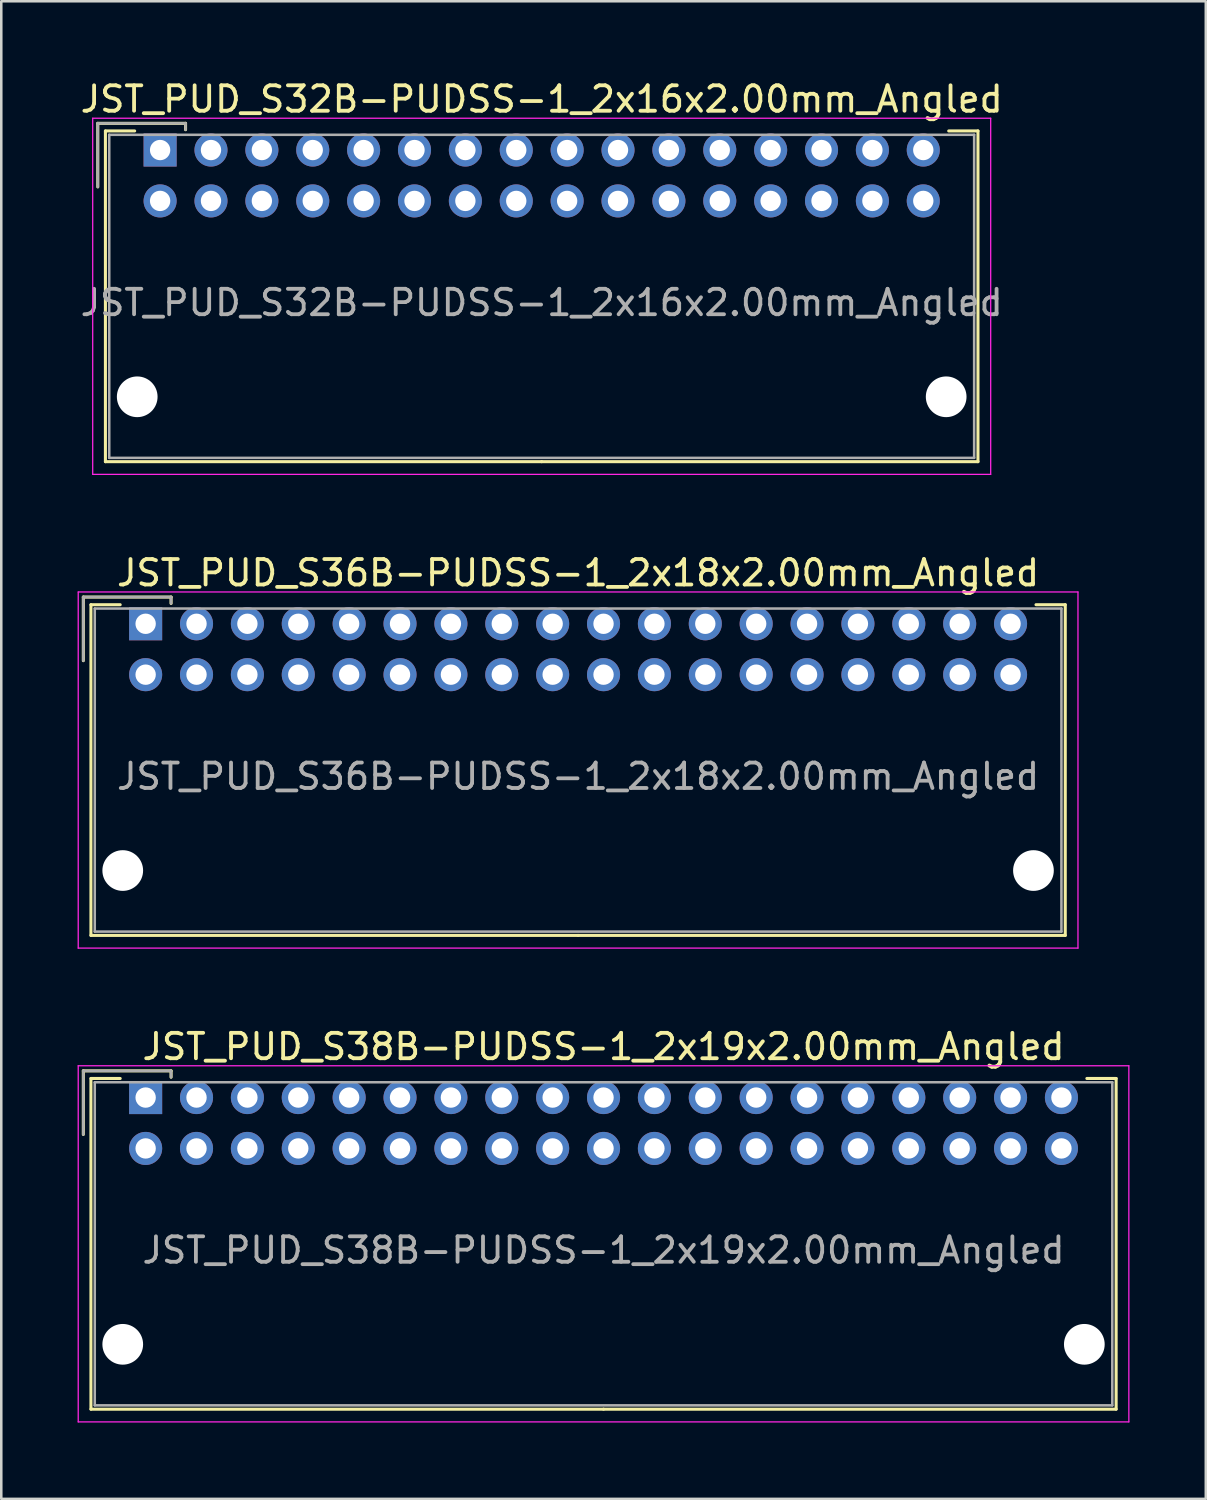
<source format=kicad_pcb>
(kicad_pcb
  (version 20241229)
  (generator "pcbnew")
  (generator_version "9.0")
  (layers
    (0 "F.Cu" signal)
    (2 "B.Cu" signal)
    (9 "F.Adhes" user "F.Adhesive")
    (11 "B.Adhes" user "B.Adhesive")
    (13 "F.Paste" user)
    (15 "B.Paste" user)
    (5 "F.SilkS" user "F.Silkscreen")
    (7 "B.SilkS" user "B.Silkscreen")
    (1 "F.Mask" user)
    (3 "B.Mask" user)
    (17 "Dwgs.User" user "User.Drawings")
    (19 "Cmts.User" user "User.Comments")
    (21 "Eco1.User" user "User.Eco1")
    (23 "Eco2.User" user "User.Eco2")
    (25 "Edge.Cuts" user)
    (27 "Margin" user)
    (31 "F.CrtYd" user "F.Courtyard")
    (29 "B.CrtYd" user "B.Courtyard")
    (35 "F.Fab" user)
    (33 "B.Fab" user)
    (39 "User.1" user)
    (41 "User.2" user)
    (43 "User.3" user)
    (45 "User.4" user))
  (footprint "JST_PUD_S38B-PUDSS-1_2x19x2.00mm_Angled"
    (layer "F.Cu")
    (at 2.675 40.095)
    (property "Reference" "JST_PUD_S38B-PUDSS-1_2x19x2.00mm_Angled" (at 18 -2 0) (layer "F.SilkS") (effects (font (size 1 1) (thickness 0.15))))
    (attr through_hole)
    (fp_line (start -2.45 -1.05) (end -2.45 1.45) (stroke (width 0.12) (type solid)) (layer "F.SilkS"))
    (fp_line (start -2.15 -0.75) (end -2.15 12.25) (stroke (width 0.12) (type solid)) (layer "F.SilkS"))
    (fp_line (start -2.15 12.25) (end 18 12.25) (stroke (width 0.12) (type solid)) (layer "F.SilkS"))
    (fp_line (start -1 -0.75) (end -2.15 -0.75) (stroke (width 0.12) (type solid)) (layer "F.SilkS"))
    (fp_line (start 1 -1.05) (end -2.45 -1.05) (stroke (width 0.12) (type solid)) (layer "F.SilkS"))
    (fp_line (start 1 -0.8) (end 1 -1.05) (stroke (width 0.12) (type solid)) (layer "F.SilkS"))
    (fp_line (start 37 -0.75) (end 38.15 -0.75) (stroke (width 0.12) (type solid)) (layer "F.SilkS"))
    (fp_line (start 38.15 -0.75) (end 38.15 12.25) (stroke (width 0.12) (type solid)) (layer "F.SilkS"))
    (fp_line (start 38.15 12.25) (end 18 12.25) (stroke (width 0.12) (type solid)) (layer "F.SilkS"))
    (fp_line (start -2.65 -1.25) (end -2.65 12.75) (stroke (width 0.05) (type solid)) (layer "F.CrtYd"))
    (fp_line (start -2.65 12.75) (end 38.65 12.75) (stroke (width 0.05) (type solid)) (layer "F.CrtYd"))
    (fp_line (start 38.65 -1.25) (end -2.65 -1.25) (stroke (width 0.05) (type solid)) (layer "F.CrtYd"))
    (fp_line (start 38.65 12.75) (end 38.65 -1.25) (stroke (width 0.05) (type solid)) (layer "F.CrtYd"))
    (fp_line (start -2.45 -1.05) (end -2.45 1.45) (stroke (width 0.1) (type solid)) (layer "F.Fab"))
    (fp_line (start -2 -0.6) (end -2 12.1) (stroke (width 0.1) (type solid)) (layer "F.Fab"))
    (fp_line (start -2 12.1) (end 38 12.1) (stroke (width 0.1) (type solid)) (layer "F.Fab"))
    (fp_line (start 1 -1.05) (end -2.45 -1.05) (stroke (width 0.1) (type solid)) (layer "F.Fab"))
    (fp_line (start 1 -0.8) (end 1 -1.05) (stroke (width 0.1) (type solid)) (layer "F.Fab"))
    (fp_line (start 38 -0.6) (end -2 -0.6) (stroke (width 0.1) (type solid)) (layer "F.Fab"))
    (fp_line (start 38 12.1) (end 38 -0.6) (stroke (width 0.1) (type solid)) (layer "F.Fab"))
    (fp_text user "${REFERENCE}" (at 18 6 0) (layer "F.Fab") (effects (font (size 1 1) (thickness 0.15))))
    (pad "" np_thru_hole circle (at -0.9 9.7) (size 1.6 1.6) (drill 1.6) (layers "*.Cu"))
    (pad "" np_thru_hole circle (at 36.9 9.7) (size 1.6 1.6) (drill 1.6) (layers "*.Cu"))
    (pad "1" thru_hole rect (at 0 0) (size 1.3 1.3) (drill 0.8) (layers "*.Cu" "*.Mask"))
    (pad "2" thru_hole circle (at 0 2) (size 1.3 1.3) (drill 0.8) (layers "*.Cu" "*.Mask"))
    (pad "3" thru_hole circle (at 2 0) (size 1.3 1.3) (drill 0.8) (layers "*.Cu" "*.Mask"))
    (pad "4" thru_hole circle (at 2 2) (size 1.3 1.3) (drill 0.8) (layers "*.Cu" "*.Mask"))
    (pad "5" thru_hole circle (at 4 0) (size 1.3 1.3) (drill 0.8) (layers "*.Cu" "*.Mask"))
    (pad "6" thru_hole circle (at 4 2) (size 1.3 1.3) (drill 0.8) (layers "*.Cu" "*.Mask"))
    (pad "7" thru_hole circle (at 6 0) (size 1.3 1.3) (drill 0.8) (layers "*.Cu" "*.Mask"))
    (pad "8" thru_hole circle (at 6 2) (size 1.3 1.3) (drill 0.8) (layers "*.Cu" "*.Mask"))
    (pad "9" thru_hole circle (at 8 0) (size 1.3 1.3) (drill 0.8) (layers "*.Cu" "*.Mask"))
    (pad "10" thru_hole circle (at 8 2) (size 1.3 1.3) (drill 0.8) (layers "*.Cu" "*.Mask"))
    (pad "11" thru_hole circle (at 10 0) (size 1.3 1.3) (drill 0.8) (layers "*.Cu" "*.Mask"))
    (pad "12" thru_hole circle (at 10 2) (size 1.3 1.3) (drill 0.8) (layers "*.Cu" "*.Mask"))
    (pad "13" thru_hole circle (at 12 0) (size 1.3 1.3) (drill 0.8) (layers "*.Cu" "*.Mask"))
    (pad "14" thru_hole circle (at 12 2) (size 1.3 1.3) (drill 0.8) (layers "*.Cu" "*.Mask"))
    (pad "15" thru_hole circle (at 14 0) (size 1.3 1.3) (drill 0.8) (layers "*.Cu" "*.Mask"))
    (pad "16" thru_hole circle (at 14 2) (size 1.3 1.3) (drill 0.8) (layers "*.Cu" "*.Mask"))
    (pad "17" thru_hole circle (at 16 0) (size 1.3 1.3) (drill 0.8) (layers "*.Cu" "*.Mask"))
    (pad "18" thru_hole circle (at 16 2) (size 1.3 1.3) (drill 0.8) (layers "*.Cu" "*.Mask"))
    (pad "19" thru_hole circle (at 18 0) (size 1.3 1.3) (drill 0.8) (layers "*.Cu" "*.Mask"))
    (pad "20" thru_hole circle (at 18 2) (size 1.3 1.3) (drill 0.8) (layers "*.Cu" "*.Mask"))
    (pad "21" thru_hole circle (at 20 0) (size 1.3 1.3) (drill 0.8) (layers "*.Cu" "*.Mask"))
    (pad "22" thru_hole circle (at 20 2) (size 1.3 1.3) (drill 0.8) (layers "*.Cu" "*.Mask"))
    (pad "23" thru_hole circle (at 22 0) (size 1.3 1.3) (drill 0.8) (layers "*.Cu" "*.Mask"))
    (pad "24" thru_hole circle (at 22 2) (size 1.3 1.3) (drill 0.8) (layers "*.Cu" "*.Mask"))
    (pad "25" thru_hole circle (at 24 0) (size 1.3 1.3) (drill 0.8) (layers "*.Cu" "*.Mask"))
    (pad "26" thru_hole circle (at 24 2) (size 1.3 1.3) (drill 0.8) (layers "*.Cu" "*.Mask"))
    (pad "27" thru_hole circle (at 26 0) (size 1.3 1.3) (drill 0.8) (layers "*.Cu" "*.Mask"))
    (pad "28" thru_hole circle (at 26 2) (size 1.3 1.3) (drill 0.8) (layers "*.Cu" "*.Mask"))
    (pad "29" thru_hole circle (at 28 0) (size 1.3 1.3) (drill 0.8) (layers "*.Cu" "*.Mask"))
    (pad "30" thru_hole circle (at 28 2) (size 1.3 1.3) (drill 0.8) (layers "*.Cu" "*.Mask"))
    (pad "31" thru_hole circle (at 30 0) (size 1.3 1.3) (drill 0.8) (layers "*.Cu" "*.Mask"))
    (pad "32" thru_hole circle (at 30 2) (size 1.3 1.3) (drill 0.8) (layers "*.Cu" "*.Mask"))
    (pad "33" thru_hole circle (at 32 0) (size 1.3 1.3) (drill 0.8) (layers "*.Cu" "*.Mask"))
    (pad "34" thru_hole circle (at 32 2) (size 1.3 1.3) (drill 0.8) (layers "*.Cu" "*.Mask"))
    (pad "35" thru_hole circle (at 34 0) (size 1.3 1.3) (drill 0.8) (layers "*.Cu" "*.Mask"))
    (pad "36" thru_hole circle (at 34 2) (size 1.3 1.3) (drill 0.8) (layers "*.Cu" "*.Mask"))
    (pad "37" thru_hole circle (at 36 0) (size 1.3 1.3) (drill 0.8) (layers "*.Cu" "*.Mask"))
    (pad "38" thru_hole circle (at 36 2) (size 1.3 1.3) (drill 0.8) (layers "*.Cu" "*.Mask")))
  (footprint "JST_PUD_S32B-PUDSS-1_2x16x2.00mm_Angled"
    (layer "F.Cu")
    (at 3.244 2.848)
    (property "Reference" "JST_PUD_S32B-PUDSS-1_2x16x2.00mm_Angled" (at 15 -2 0) (layer "F.SilkS") (effects (font (size 1 1) (thickness 0.15))))
    (attr through_hole)
    (fp_line (start -2.45 -1.05) (end -2.45 1.45) (stroke (width 0.12) (type solid)) (layer "F.SilkS"))
    (fp_line (start -2.15 -0.75) (end -2.15 12.25) (stroke (width 0.12) (type solid)) (layer "F.SilkS"))
    (fp_line (start -2.15 12.25) (end 15 12.25) (stroke (width 0.12) (type solid)) (layer "F.SilkS"))
    (fp_line (start -1 -0.75) (end -2.15 -0.75) (stroke (width 0.12) (type solid)) (layer "F.SilkS"))
    (fp_line (start 1 -1.05) (end -2.45 -1.05) (stroke (width 0.12) (type solid)) (layer "F.SilkS"))
    (fp_line (start 1 -0.8) (end 1 -1.05) (stroke (width 0.12) (type solid)) (layer "F.SilkS"))
    (fp_line (start 31 -0.75) (end 32.15 -0.75) (stroke (width 0.12) (type solid)) (layer "F.SilkS"))
    (fp_line (start 32.15 -0.75) (end 32.15 12.25) (stroke (width 0.12) (type solid)) (layer "F.SilkS"))
    (fp_line (start 32.15 12.25) (end 15 12.25) (stroke (width 0.12) (type solid)) (layer "F.SilkS"))
    (fp_line (start -2.65 -1.25) (end -2.65 12.75) (stroke (width 0.05) (type solid)) (layer "F.CrtYd"))
    (fp_line (start -2.65 12.75) (end 32.65 12.75) (stroke (width 0.05) (type solid)) (layer "F.CrtYd"))
    (fp_line (start 32.65 -1.25) (end -2.65 -1.25) (stroke (width 0.05) (type solid)) (layer "F.CrtYd"))
    (fp_line (start 32.65 12.75) (end 32.65 -1.25) (stroke (width 0.05) (type solid)) (layer "F.CrtYd"))
    (fp_line (start -2.45 -1.05) (end -2.45 1.45) (stroke (width 0.1) (type solid)) (layer "F.Fab"))
    (fp_line (start -2 -0.6) (end -2 12.1) (stroke (width 0.1) (type solid)) (layer "F.Fab"))
    (fp_line (start -2 12.1) (end 32 12.1) (stroke (width 0.1) (type solid)) (layer "F.Fab"))
    (fp_line (start 1 -1.05) (end -2.45 -1.05) (stroke (width 0.1) (type solid)) (layer "F.Fab"))
    (fp_line (start 1 -0.8) (end 1 -1.05) (stroke (width 0.1) (type solid)) (layer "F.Fab"))
    (fp_line (start 32 -0.6) (end -2 -0.6) (stroke (width 0.1) (type solid)) (layer "F.Fab"))
    (fp_line (start 32 12.1) (end 32 -0.6) (stroke (width 0.1) (type solid)) (layer "F.Fab"))
    (fp_text user "${REFERENCE}" (at 15 6 0) (layer "F.Fab") (effects (font (size 1 1) (thickness 0.15))))
    (pad "" np_thru_hole circle (at -0.9 9.7) (size 1.6 1.6) (drill 1.6) (layers "*.Cu"))
    (pad "" np_thru_hole circle (at 30.9 9.7) (size 1.6 1.6) (drill 1.6) (layers "*.Cu"))
    (pad "1" thru_hole rect (at 0 0) (size 1.3 1.3) (drill 0.8) (layers "*.Cu" "*.Mask"))
    (pad "2" thru_hole circle (at 0 2) (size 1.3 1.3) (drill 0.8) (layers "*.Cu" "*.Mask"))
    (pad "3" thru_hole circle (at 2 0) (size 1.3 1.3) (drill 0.8) (layers "*.Cu" "*.Mask"))
    (pad "4" thru_hole circle (at 2 2) (size 1.3 1.3) (drill 0.8) (layers "*.Cu" "*.Mask"))
    (pad "5" thru_hole circle (at 4 0) (size 1.3 1.3) (drill 0.8) (layers "*.Cu" "*.Mask"))
    (pad "6" thru_hole circle (at 4 2) (size 1.3 1.3) (drill 0.8) (layers "*.Cu" "*.Mask"))
    (pad "7" thru_hole circle (at 6 0) (size 1.3 1.3) (drill 0.8) (layers "*.Cu" "*.Mask"))
    (pad "8" thru_hole circle (at 6 2) (size 1.3 1.3) (drill 0.8) (layers "*.Cu" "*.Mask"))
    (pad "9" thru_hole circle (at 8 0) (size 1.3 1.3) (drill 0.8) (layers "*.Cu" "*.Mask"))
    (pad "10" thru_hole circle (at 8 2) (size 1.3 1.3) (drill 0.8) (layers "*.Cu" "*.Mask"))
    (pad "11" thru_hole circle (at 10 0) (size 1.3 1.3) (drill 0.8) (layers "*.Cu" "*.Mask"))
    (pad "12" thru_hole circle (at 10 2) (size 1.3 1.3) (drill 0.8) (layers "*.Cu" "*.Mask"))
    (pad "13" thru_hole circle (at 12 0) (size 1.3 1.3) (drill 0.8) (layers "*.Cu" "*.Mask"))
    (pad "14" thru_hole circle (at 12 2) (size 1.3 1.3) (drill 0.8) (layers "*.Cu" "*.Mask"))
    (pad "15" thru_hole circle (at 14 0) (size 1.3 1.3) (drill 0.8) (layers "*.Cu" "*.Mask"))
    (pad "16" thru_hole circle (at 14 2) (size 1.3 1.3) (drill 0.8) (layers "*.Cu" "*.Mask"))
    (pad "17" thru_hole circle (at 16 0) (size 1.3 1.3) (drill 0.8) (layers "*.Cu" "*.Mask"))
    (pad "18" thru_hole circle (at 16 2) (size 1.3 1.3) (drill 0.8) (layers "*.Cu" "*.Mask"))
    (pad "19" thru_hole circle (at 18 0) (size 1.3 1.3) (drill 0.8) (layers "*.Cu" "*.Mask"))
    (pad "20" thru_hole circle (at 18 2) (size 1.3 1.3) (drill 0.8) (layers "*.Cu" "*.Mask"))
    (pad "21" thru_hole circle (at 20 0) (size 1.3 1.3) (drill 0.8) (layers "*.Cu" "*.Mask"))
    (pad "22" thru_hole circle (at 20 2) (size 1.3 1.3) (drill 0.8) (layers "*.Cu" "*.Mask"))
    (pad "23" thru_hole circle (at 22 0) (size 1.3 1.3) (drill 0.8) (layers "*.Cu" "*.Mask"))
    (pad "24" thru_hole circle (at 22 2) (size 1.3 1.3) (drill 0.8) (layers "*.Cu" "*.Mask"))
    (pad "25" thru_hole circle (at 24 0) (size 1.3 1.3) (drill 0.8) (layers "*.Cu" "*.Mask"))
    (pad "26" thru_hole circle (at 24 2) (size 1.3 1.3) (drill 0.8) (layers "*.Cu" "*.Mask"))
    (pad "27" thru_hole circle (at 26 0) (size 1.3 1.3) (drill 0.8) (layers "*.Cu" "*.Mask"))
    (pad "28" thru_hole circle (at 26 2) (size 1.3 1.3) (drill 0.8) (layers "*.Cu" "*.Mask"))
    (pad "29" thru_hole circle (at 28 0) (size 1.3 1.3) (drill 0.8) (layers "*.Cu" "*.Mask"))
    (pad "30" thru_hole circle (at 28 2) (size 1.3 1.3) (drill 0.8) (layers "*.Cu" "*.Mask"))
    (pad "31" thru_hole circle (at 30 0) (size 1.3 1.3) (drill 0.8) (layers "*.Cu" "*.Mask"))
    (pad "32" thru_hole circle (at 30 2) (size 1.3 1.3) (drill 0.8) (layers "*.Cu" "*.Mask")))
  (footprint "JST_PUD_S36B-PUDSS-1_2x18x2.00mm_Angled"
    (layer "F.Cu")
    (at 2.675 21.471)
    (property "Reference" "JST_PUD_S36B-PUDSS-1_2x18x2.00mm_Angled" (at 17 -2 0) (layer "F.SilkS") (effects (font (size 1 1) (thickness 0.15))))
    (attr through_hole)
    (fp_line (start -2.45 -1.05) (end -2.45 1.45) (stroke (width 0.12) (type solid)) (layer "F.SilkS"))
    (fp_line (start -2.15 -0.75) (end -2.15 12.25) (stroke (width 0.12) (type solid)) (layer "F.SilkS"))
    (fp_line (start -2.15 12.25) (end 17 12.25) (stroke (width 0.12) (type solid)) (layer "F.SilkS"))
    (fp_line (start -1 -0.75) (end -2.15 -0.75) (stroke (width 0.12) (type solid)) (layer "F.SilkS"))
    (fp_line (start 1 -1.05) (end -2.45 -1.05) (stroke (width 0.12) (type solid)) (layer "F.SilkS"))
    (fp_line (start 1 -0.8) (end 1 -1.05) (stroke (width 0.12) (type solid)) (layer "F.SilkS"))
    (fp_line (start 35 -0.75) (end 36.15 -0.75) (stroke (width 0.12) (type solid)) (layer "F.SilkS"))
    (fp_line (start 36.15 -0.75) (end 36.15 12.25) (stroke (width 0.12) (type solid)) (layer "F.SilkS"))
    (fp_line (start 36.15 12.25) (end 17 12.25) (stroke (width 0.12) (type solid)) (layer "F.SilkS"))
    (fp_line (start -2.65 -1.25) (end -2.65 12.75) (stroke (width 0.05) (type solid)) (layer "F.CrtYd"))
    (fp_line (start -2.65 12.75) (end 36.65 12.75) (stroke (width 0.05) (type solid)) (layer "F.CrtYd"))
    (fp_line (start 36.65 -1.25) (end -2.65 -1.25) (stroke (width 0.05) (type solid)) (layer "F.CrtYd"))
    (fp_line (start 36.65 12.75) (end 36.65 -1.25) (stroke (width 0.05) (type solid)) (layer "F.CrtYd"))
    (fp_line (start -2.45 -1.05) (end -2.45 1.45) (stroke (width 0.1) (type solid)) (layer "F.Fab"))
    (fp_line (start -2 -0.6) (end -2 12.1) (stroke (width 0.1) (type solid)) (layer "F.Fab"))
    (fp_line (start -2 12.1) (end 36 12.1) (stroke (width 0.1) (type solid)) (layer "F.Fab"))
    (fp_line (start 1 -1.05) (end -2.45 -1.05) (stroke (width 0.1) (type solid)) (layer "F.Fab"))
    (fp_line (start 1 -0.8) (end 1 -1.05) (stroke (width 0.1) (type solid)) (layer "F.Fab"))
    (fp_line (start 36 -0.6) (end -2 -0.6) (stroke (width 0.1) (type solid)) (layer "F.Fab"))
    (fp_line (start 36 12.1) (end 36 -0.6) (stroke (width 0.1) (type solid)) (layer "F.Fab"))
    (fp_text user "${REFERENCE}" (at 17 6 0) (layer "F.Fab") (effects (font (size 1 1) (thickness 0.15))))
    (pad "" np_thru_hole circle (at -0.9 9.7) (size 1.6 1.6) (drill 1.6) (layers "*.Cu"))
    (pad "" np_thru_hole circle (at 34.9 9.7) (size 1.6 1.6) (drill 1.6) (layers "*.Cu"))
    (pad "1" thru_hole rect (at 0 0) (size 1.3 1.3) (drill 0.8) (layers "*.Cu" "*.Mask"))
    (pad "2" thru_hole circle (at 0 2) (size 1.3 1.3) (drill 0.8) (layers "*.Cu" "*.Mask"))
    (pad "3" thru_hole circle (at 2 0) (size 1.3 1.3) (drill 0.8) (layers "*.Cu" "*.Mask"))
    (pad "4" thru_hole circle (at 2 2) (size 1.3 1.3) (drill 0.8) (layers "*.Cu" "*.Mask"))
    (pad "5" thru_hole circle (at 4 0) (size 1.3 1.3) (drill 0.8) (layers "*.Cu" "*.Mask"))
    (pad "6" thru_hole circle (at 4 2) (size 1.3 1.3) (drill 0.8) (layers "*.Cu" "*.Mask"))
    (pad "7" thru_hole circle (at 6 0) (size 1.3 1.3) (drill 0.8) (layers "*.Cu" "*.Mask"))
    (pad "8" thru_hole circle (at 6 2) (size 1.3 1.3) (drill 0.8) (layers "*.Cu" "*.Mask"))
    (pad "9" thru_hole circle (at 8 0) (size 1.3 1.3) (drill 0.8) (layers "*.Cu" "*.Mask"))
    (pad "10" thru_hole circle (at 8 2) (size 1.3 1.3) (drill 0.8) (layers "*.Cu" "*.Mask"))
    (pad "11" thru_hole circle (at 10 0) (size 1.3 1.3) (drill 0.8) (layers "*.Cu" "*.Mask"))
    (pad "12" thru_hole circle (at 10 2) (size 1.3 1.3) (drill 0.8) (layers "*.Cu" "*.Mask"))
    (pad "13" thru_hole circle (at 12 0) (size 1.3 1.3) (drill 0.8) (layers "*.Cu" "*.Mask"))
    (pad "14" thru_hole circle (at 12 2) (size 1.3 1.3) (drill 0.8) (layers "*.Cu" "*.Mask"))
    (pad "15" thru_hole circle (at 14 0) (size 1.3 1.3) (drill 0.8) (layers "*.Cu" "*.Mask"))
    (pad "16" thru_hole circle (at 14 2) (size 1.3 1.3) (drill 0.8) (layers "*.Cu" "*.Mask"))
    (pad "17" thru_hole circle (at 16 0) (size 1.3 1.3) (drill 0.8) (layers "*.Cu" "*.Mask"))
    (pad "18" thru_hole circle (at 16 2) (size 1.3 1.3) (drill 0.8) (layers "*.Cu" "*.Mask"))
    (pad "19" thru_hole circle (at 18 0) (size 1.3 1.3) (drill 0.8) (layers "*.Cu" "*.Mask"))
    (pad "20" thru_hole circle (at 18 2) (size 1.3 1.3) (drill 0.8) (layers "*.Cu" "*.Mask"))
    (pad "21" thru_hole circle (at 20 0) (size 1.3 1.3) (drill 0.8) (layers "*.Cu" "*.Mask"))
    (pad "22" thru_hole circle (at 20 2) (size 1.3 1.3) (drill 0.8) (layers "*.Cu" "*.Mask"))
    (pad "23" thru_hole circle (at 22 0) (size 1.3 1.3) (drill 0.8) (layers "*.Cu" "*.Mask"))
    (pad "24" thru_hole circle (at 22 2) (size 1.3 1.3) (drill 0.8) (layers "*.Cu" "*.Mask"))
    (pad "25" thru_hole circle (at 24 0) (size 1.3 1.3) (drill 0.8) (layers "*.Cu" "*.Mask"))
    (pad "26" thru_hole circle (at 24 2) (size 1.3 1.3) (drill 0.8) (layers "*.Cu" "*.Mask"))
    (pad "27" thru_hole circle (at 26 0) (size 1.3 1.3) (drill 0.8) (layers "*.Cu" "*.Mask"))
    (pad "28" thru_hole circle (at 26 2) (size 1.3 1.3) (drill 0.8) (layers "*.Cu" "*.Mask"))
    (pad "29" thru_hole circle (at 28 0) (size 1.3 1.3) (drill 0.8) (layers "*.Cu" "*.Mask"))
    (pad "30" thru_hole circle (at 28 2) (size 1.3 1.3) (drill 0.8) (layers "*.Cu" "*.Mask"))
    (pad "31" thru_hole circle (at 30 0) (size 1.3 1.3) (drill 0.8) (layers "*.Cu" "*.Mask"))
    (pad "32" thru_hole circle (at 30 2) (size 1.3 1.3) (drill 0.8) (layers "*.Cu" "*.Mask"))
    (pad "33" thru_hole circle (at 32 0) (size 1.3 1.3) (drill 0.8) (layers "*.Cu" "*.Mask"))
    (pad "34" thru_hole circle (at 32 2) (size 1.3 1.3) (drill 0.8) (layers "*.Cu" "*.Mask"))
    (pad "35" thru_hole circle (at 34 0) (size 1.3 1.3) (drill 0.8) (layers "*.Cu" "*.Mask"))
    (pad "36" thru_hole circle (at 34 2) (size 1.3 1.3) (drill 0.8) (layers "*.Cu" "*.Mask")))
  (gr_rect
    (start -3 -3)
    (end 44.35 55.87)
    (stroke (width 0.1) (type default))
    (fill no)
    (layer "Edge.Cuts")))
</source>
